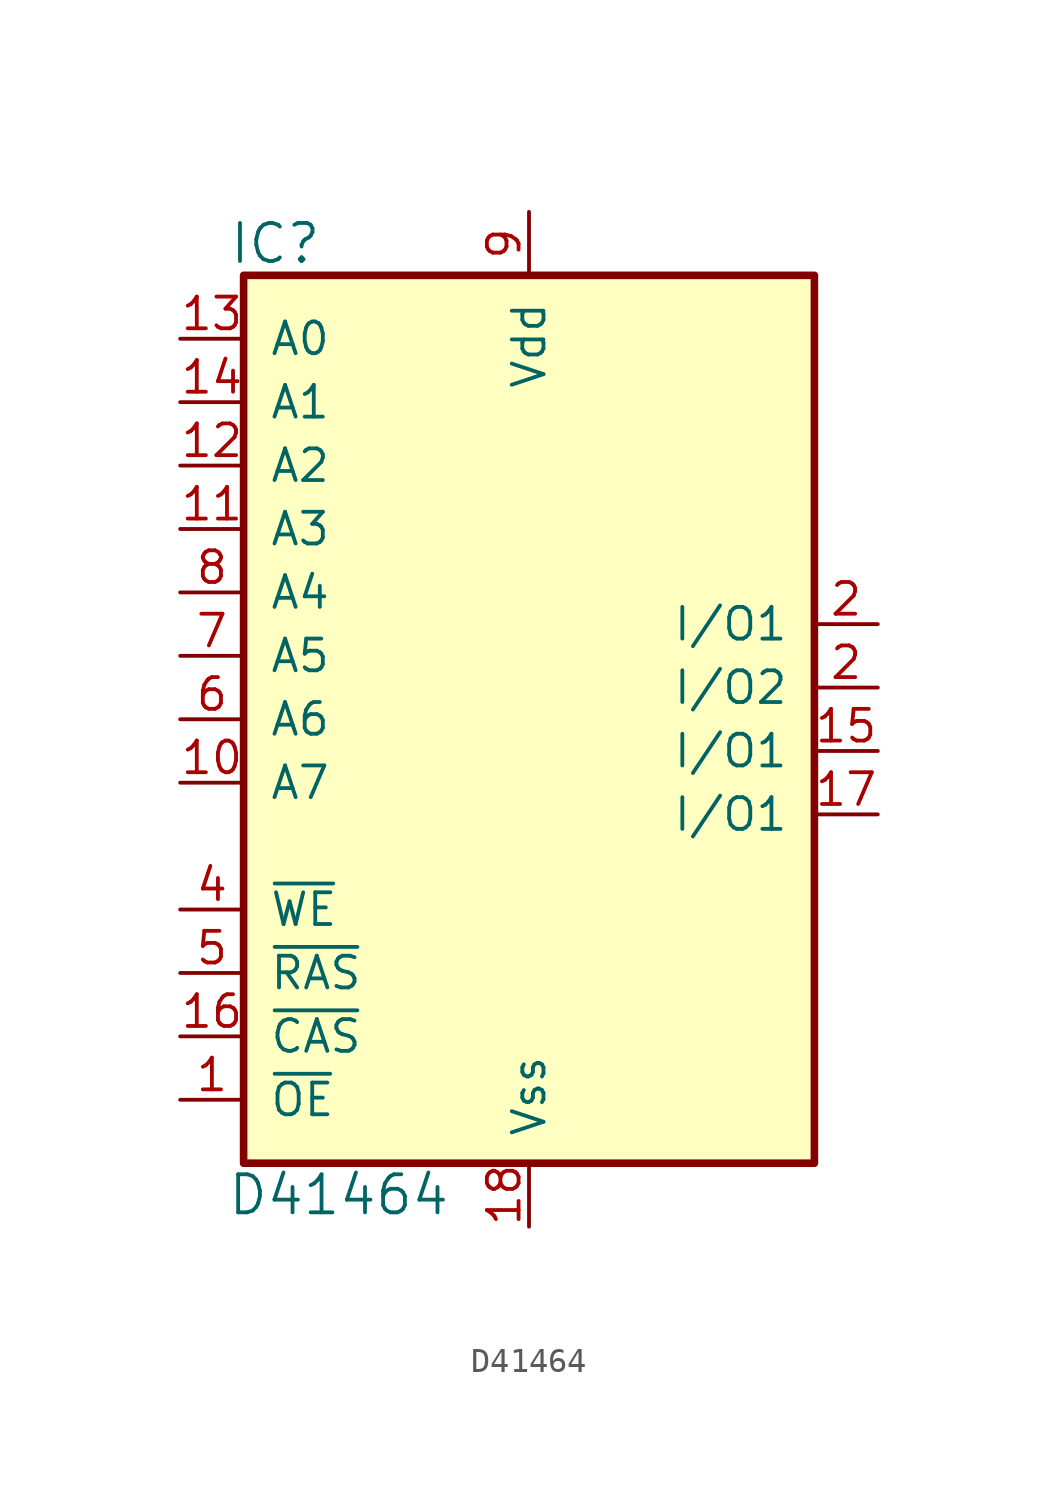
<source format=kicad_sym>
(kicad_symbol_lib
  (version 20231120)
  (generator "kicad_symbol_editor")
  (generator_version "8.0")
  (symbol "D41464"
    (pin_names
      (offset 1.016))
    (property "Reference" "IC"
      (at -10.16 19.05 0)
      (effects (font (size 1.524 1.524))))
    (property "Value" "D41464"
      (at -7.62 -19.05 0)
      (effects (font (size 1.524 1.524))))
    (symbol "D41464_1_1"
      (rectangle (start -11.43 -17.78) (end 11.43 17.78) (stroke (width 0.305) (type solid)) (fill (type background)))
      (pin input line (at -13.97 -15.24 0) (length 2.54) (name "~{OE}" (effects (font (size 1.27 1.27)))) (number "1" (effects (font (size 1.27 1.27)))))
      (pin input line (at -13.97 -2.54 0) (length 2.54) (name "A7" (effects (font (size 1.27 1.27)))) (number "10" (effects (font (size 1.27 1.27)))))
      (pin input line (at -13.97 7.62 0) (length 2.54) (name "A3" (effects (font (size 1.27 1.27)))) (number "11" (effects (font (size 1.27 1.27)))))
      (pin input line (at -13.97 10.16 0) (length 2.54) (name "A2" (effects (font (size 1.27 1.27)))) (number "12" (effects (font (size 1.27 1.27)))))
      (pin input line (at -13.97 15.24 0) (length 2.54) (name "A0" (effects (font (size 1.27 1.27)))) (number "13" (effects (font (size 1.27 1.27)))))
      (pin input line (at -13.97 12.7 0) (length 2.54) (name "A1" (effects (font (size 1.27 1.27)))) (number "14" (effects (font (size 1.27 1.27)))))
      (pin bidirectional line (at 13.97 -1.27 180) (length 2.54) (name "I/O1" (effects (font (size 1.27 1.27)))) (number "15" (effects (font (size 1.27 1.27)))))
      (pin input line (at -13.97 -12.7 0) (length 2.54) (name "~{CAS}" (effects (font (size 1.27 1.27)))) (number "16" (effects (font (size 1.27 1.27)))))
      (pin bidirectional line (at 13.97 -3.81 180) (length 2.54) (name "I/O1" (effects (font (size 1.27 1.27)))) (number "17" (effects (font (size 1.27 1.27)))))
      (pin power_in line (at 0 -20.32 90) (length 2.54) (name "Vss" (effects (font (size 1.27 1.27)))) (number "18" (effects (font (size 1.27 1.27)))))
      (pin bidirectional line (at 13.97 3.81 180) (length 2.54) (name "I/O1" (effects (font (size 1.27 1.27)))) (number "2" (effects (font (size 1.27 1.27)))))
      (pin bidirectional line (at 13.97 1.27 180) (length 2.54) (name "I/O2" (effects (font (size 1.27 1.27)))) (number "2" (effects (font (size 1.27 1.27)))))
      (pin input line (at -13.97 -7.62 0) (length 2.54) (name "~{WE}" (effects (font (size 1.27 1.27)))) (number "4" (effects (font (size 1.27 1.27)))))
      (pin input line (at -13.97 -10.16 0) (length 2.54) (name "~{RAS}" (effects (font (size 1.27 1.27)))) (number "5" (effects (font (size 1.27 1.27)))))
      (pin input line (at -13.97 0 0) (length 2.54) (name "A6" (effects (font (size 1.27 1.27)))) (number "6" (effects (font (size 1.27 1.27)))))
      (pin input line (at -13.97 2.54 0) (length 2.54) (name "A5" (effects (font (size 1.27 1.27)))) (number "7" (effects (font (size 1.27 1.27)))))
      (pin input line (at -13.97 5.08 0) (length 2.54) (name "A4" (effects (font (size 1.27 1.27)))) (number "8" (effects (font (size 1.27 1.27)))))
      (pin power_in line (at 0 20.32 270) (length 2.54) (name "Vdd" (effects (font (size 1.27 1.27)))) (number "9" (effects (font (size 1.27 1.27))))))))
</source>
